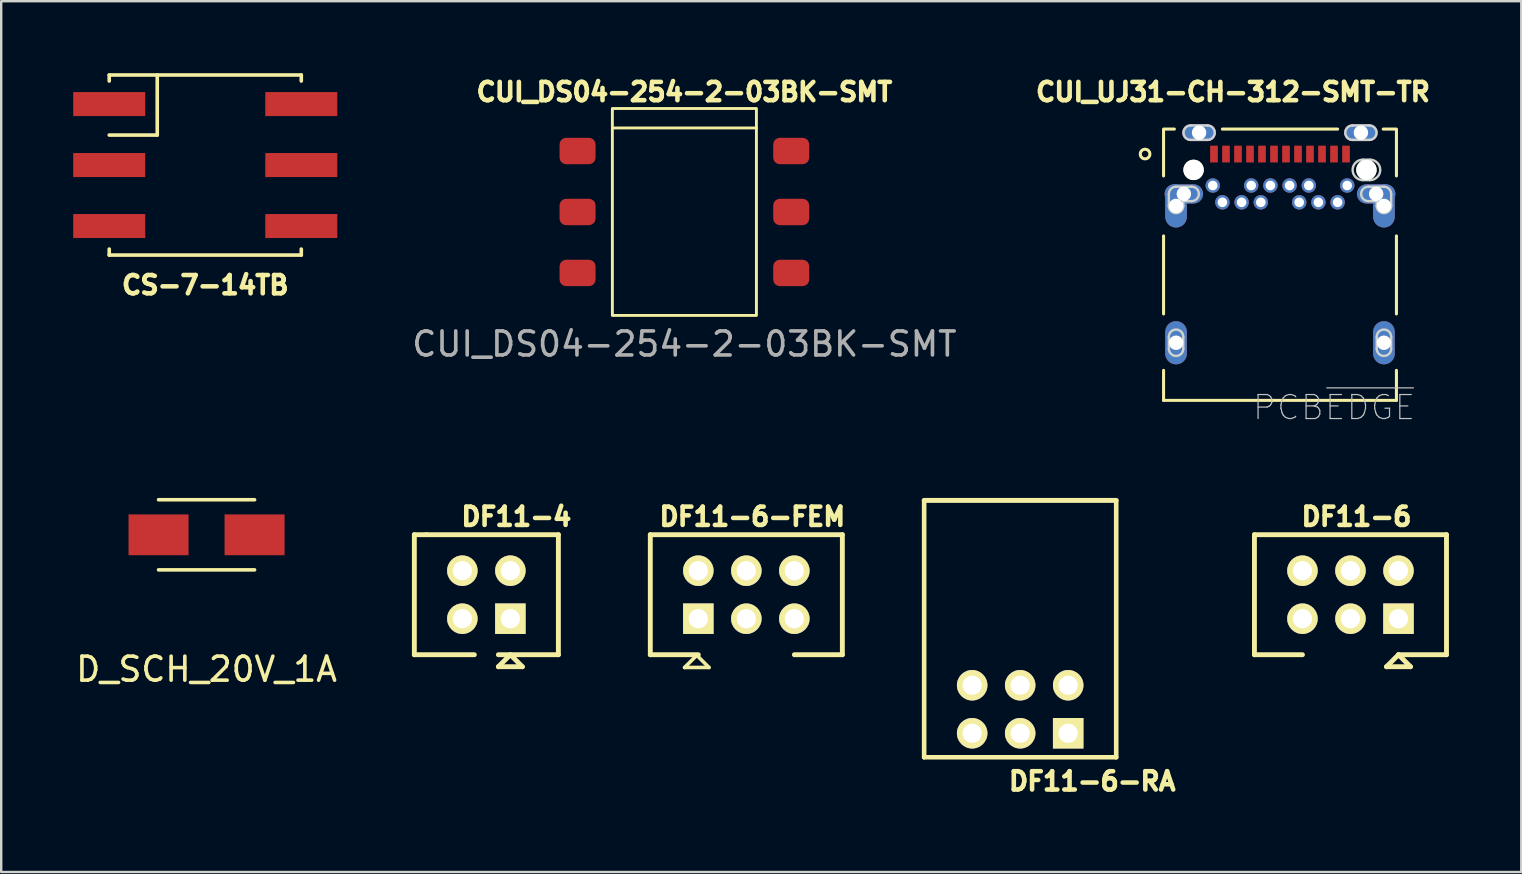
<source format=kicad_pcb>
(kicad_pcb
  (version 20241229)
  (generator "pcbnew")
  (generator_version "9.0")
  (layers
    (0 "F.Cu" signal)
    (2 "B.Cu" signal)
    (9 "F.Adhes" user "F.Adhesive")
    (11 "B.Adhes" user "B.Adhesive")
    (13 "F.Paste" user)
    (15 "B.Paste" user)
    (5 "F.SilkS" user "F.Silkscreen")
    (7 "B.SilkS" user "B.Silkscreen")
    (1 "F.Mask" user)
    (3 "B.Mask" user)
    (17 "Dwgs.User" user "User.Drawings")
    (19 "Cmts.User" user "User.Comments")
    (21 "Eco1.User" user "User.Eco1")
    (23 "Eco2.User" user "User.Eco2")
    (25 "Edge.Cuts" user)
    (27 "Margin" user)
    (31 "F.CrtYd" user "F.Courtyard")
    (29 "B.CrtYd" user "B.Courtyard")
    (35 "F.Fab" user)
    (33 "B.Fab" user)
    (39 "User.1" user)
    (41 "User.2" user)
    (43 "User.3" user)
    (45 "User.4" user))
  (footprint "D_SCH_20V_1A"
    (layer "F.Cu")
    (at 5.554 19.227)
    (property "Reference" "D_SCH_20V_1A" (at 0 5.6 0) (layer "F.SilkS") (effects (font (size 1 1) (thickness 0.15))))
    (attr through_hole)
    (fp_line (start -2 -1.46) (end 2 -1.46) (stroke (width 0.15) (type solid)) (layer "F.SilkS"))
    (fp_line (start -2 1.46) (end 2 1.46) (stroke (width 0.15) (type solid)) (layer "F.SilkS"))
    (pad "1" smd rect (at -2 0) (size 2.5 1.7) (layers "F.Cu" "F.Mask" "F.Paste"))
    (pad "2" smd rect (at 2 0) (size 2.5 1.7) (layers "F.Cu" "F.Mask" "F.Paste")))
  (footprint "CUI_UJ31-CH-312-SMT-TR"
    (layer "F.Cu")
    (at 50.268 7.977)
    (property "Reference" "CUI_UJ31-CH-312-SMT-TR" (at -1.959 -7.197 0) (layer "F.SilkS") (effects (font (size 0.762 0.762) (thickness 0.191))))
    (attr through_hole)
    (fp_poly (pts (xy 6.2 0.135) (xy 6.5 0.135) (xy 6.527 0.135) (xy 6.582 0.141) (xy 6.636 0.152) (xy 6.688 0.169) (xy 6.739 0.192) (xy 6.786 0.219) (xy 6.831 0.251) (xy 6.872 0.288) (xy 6.909 0.329) (xy 6.941 0.374) (xy 6.968 0.421) (xy 6.991 0.472) (xy 7.008 0.524) (xy 7.019 0.578) (xy 7.025 0.632) (xy 7.025 0.687) (xy 7.019 0.742) (xy 7.008 0.796) (xy 6.991 0.848) (xy 6.968 0.899) (xy 6.941 0.946) (xy 6.909 0.991) (xy 6.872 1.032) (xy 6.831 1.069) (xy 6.786 1.101) (xy 6.739 1.128) (xy 6.688 1.151) (xy 6.636 1.168) (xy 6.582 1.179) (xy 6.528 1.185) (xy 6.5 1.185) (xy 6.2 1.185) (xy 6.173 1.185) (xy 6.118 1.179) (xy 6.064 1.168) (xy 6.012 1.151) (xy 5.961 1.128) (xy 5.914 1.101) (xy 5.869 1.069) (xy 5.828 1.032) (xy 5.791 0.991) (xy 5.759 0.946) (xy 5.732 0.899) (xy 5.709 0.848) (xy 5.692 0.796) (xy 5.681 0.742) (xy 5.675 0.688) (xy 5.675 0.633) (xy 5.681 0.578) (xy 5.692 0.524) (xy 5.709 0.472) (xy 5.732 0.421) (xy 5.759 0.374) (xy 5.791 0.329) (xy 5.828 0.288) (xy 5.869 0.251) (xy 5.914 0.219) (xy 5.961 0.192) (xy 6.012 0.169) (xy 6.064 0.152) (xy 6.118 0.141) (xy 6.172 0.135)) (stroke (width 0.05) (type solid)) (fill yes) (layer "F.Mask"))
    (fp_poly (pts (xy 6.2 0.135) (xy 6.5 0.135) (xy 6.527 0.135) (xy 6.582 0.141) (xy 6.636 0.152) (xy 6.688 0.169) (xy 6.739 0.192) (xy 6.786 0.219) (xy 6.831 0.251) (xy 6.872 0.288) (xy 6.909 0.329) (xy 6.941 0.374) (xy 6.968 0.421) (xy 6.991 0.472) (xy 7.008 0.524) (xy 7.019 0.578) (xy 7.025 0.632) (xy 7.025 0.687) (xy 7.019 0.742) (xy 7.008 0.796) (xy 6.991 0.848) (xy 6.968 0.899) (xy 6.941 0.946) (xy 6.909 0.991) (xy 6.872 1.032) (xy 6.831 1.069) (xy 6.786 1.101) (xy 6.739 1.128) (xy 6.688 1.151) (xy 6.636 1.168) (xy 6.582 1.179) (xy 6.528 1.185) (xy 6.5 1.185) (xy 6.2 1.185) (xy 6.173 1.185) (xy 6.118 1.179) (xy 6.064 1.168) (xy 6.012 1.151) (xy 5.961 1.128) (xy 5.914 1.101) (xy 5.869 1.069) (xy 5.828 1.032) (xy 5.791 0.991) (xy 5.759 0.946) (xy 5.732 0.899) (xy 5.709 0.848) (xy 5.692 0.796) (xy 5.681 0.742) (xy 5.675 0.688) (xy 5.675 0.633) (xy 5.681 0.578) (xy 5.692 0.524) (xy 5.709 0.472) (xy 5.732 0.421) (xy 5.759 0.374) (xy 5.791 0.329) (xy 5.828 0.288) (xy 5.869 0.251) (xy 5.914 0.219) (xy 5.961 0.192) (xy 6.012 0.169) (xy 6.064 0.152) (xy 6.118 0.141) (xy 6.172 0.135)) (stroke (width 0.05) (type solid)) (fill yes) (layer "B.Mask"))
    (fp_line (start -4.85 -5.65) (end -4.85 -3.7) (stroke (width 0.127) (type solid)) (layer "F.SilkS"))
    (fp_line (start -4.85 -1.2) (end -4.85 2.05) (stroke (width 0.127) (type solid)) (layer "F.SilkS"))
    (fp_line (start -4.85 4.4) (end -4.85 5.65) (stroke (width 0.127) (type solid)) (layer "F.SilkS"))
    (fp_line (start -4.85 5.65) (end 4.85 5.65) (stroke (width 0.127) (type solid)) (layer "F.SilkS"))
    (fp_line (start -4.8 -5.65) (end -4.4 -5.65) (stroke (width 0.127) (type solid)) (layer "F.SilkS"))
    (fp_line (start -2.4 -5.65) (end 2.4 -5.65) (stroke (width 0.127) (type solid)) (layer "F.SilkS"))
    (fp_line (start 4.8 -5.65) (end 4.3 -5.65) (stroke (width 0.127) (type solid)) (layer "F.SilkS"))
    (fp_line (start 4.85 -5.65) (end 4.85 -3.7) (stroke (width 0.127) (type solid)) (layer "F.SilkS"))
    (fp_line (start 4.85 2.05) (end 4.85 -1.2) (stroke (width 0.127) (type solid)) (layer "F.SilkS"))
    (fp_line (start 4.85 5.65) (end 4.85 4.4) (stroke (width 0.127) (type solid)) (layer "F.SilkS"))
    (fp_circle (center -5.62 -4.61) (end -5.42 -4.61) (stroke (width 0.127) (type solid)) (fill no) (layer "F.SilkS"))
    (fp_line (start -5.12 -6.1) (end 5.12 -6.1) (stroke (width 0.05) (type solid)) (layer "Eco1.User"))
    (fp_line (start -5.12 5.9) (end -5.12 -6.1) (stroke (width 0.05) (type solid)) (layer "Eco1.User"))
    (fp_line (start 5.12 -6.1) (end 5.12 5.9) (stroke (width 0.05) (type solid)) (layer "Eco1.User"))
    (fp_line (start 5.12 5.9) (end -5.12 5.9) (stroke (width 0.05) (type solid)) (layer "Eco1.User"))
    (fp_circle (center -5.5 -5.37) (end -5.44 -5.37) (stroke (width 0.127) (type solid)) (fill no) (layer "Eco2.User"))
    (fp_line (start -4.63 -2.45) (end -4.63 -2.95) (stroke (width 0.1) (type solid)) (layer "Edge.Cuts"))
    (fp_line (start -4.63 3) (end -4.63 3.5) (stroke (width 0.1) (type solid)) (layer "Edge.Cuts"))
    (fp_line (start -4.33 -3.25) (end -3.68 -3.25) (stroke (width 0.1) (type solid)) (layer "Edge.Cuts"))
    (fp_line (start -4.03 -2.65) (end -4.03 -2.45) (stroke (width 0.1) (type solid)) (layer "Edge.Cuts"))
    (fp_line (start -4.03 3) (end -4.03 3.5) (stroke (width 0.1) (type solid)) (layer "Edge.Cuts"))
    (fp_line (start -3.68 -2.65) (end -4.03 -2.65) (stroke (width 0.1) (type solid)) (layer "Edge.Cuts"))
    (fp_line (start -3.02 -5.8) (end -3.72 -5.8) (stroke (width 0.1) (type solid)) (layer "Edge.Cuts"))
    (fp_line (start -3.02 -5.2) (end -3.72 -5.2) (stroke (width 0.1) (type solid)) (layer "Edge.Cuts"))
    (fp_line (start 3.45 -4.375) (end 3.75 -4.375) (stroke (width 0.1) (type solid)) (layer "Edge.Cuts"))
    (fp_line (start 3.45 -3.525) (end 3.75 -3.525) (stroke (width 0.1) (type solid)) (layer "Edge.Cuts"))
    (fp_line (start 3.68 -3.25) (end 4.33 -3.25) (stroke (width 0.1) (type solid)) (layer "Edge.Cuts"))
    (fp_line (start 3.72 -5.8) (end 3.02 -5.8) (stroke (width 0.1) (type solid)) (layer "Edge.Cuts"))
    (fp_line (start 3.72 -5.2) (end 3.02 -5.2) (stroke (width 0.1) (type solid)) (layer "Edge.Cuts"))
    (fp_line (start 4.03 -2.65) (end 3.68 -2.65) (stroke (width 0.1) (type solid)) (layer "Edge.Cuts"))
    (fp_line (start 4.03 -2.65) (end 4.03 -2.45) (stroke (width 0.1) (type solid)) (layer "Edge.Cuts"))
    (fp_line (start 4.03 3) (end 4.03 3.5) (stroke (width 0.1) (type solid)) (layer "Edge.Cuts"))
    (fp_line (start 4.63 -2.45) (end 4.63 -2.95) (stroke (width 0.1) (type solid)) (layer "Edge.Cuts"))
    (fp_line (start 4.63 3) (end 4.63 3.5) (stroke (width 0.1) (type solid)) (layer "Edge.Cuts"))
    (fp_arc (start -4.63 -2.95) (mid -4.542132 -3.162132) (end -4.33 -3.25) (stroke (width 0.1) (type solid)) (layer "Edge.Cuts"))
    (fp_arc (start -4.63 3) (mid -4.33 2.7) (end -4.03 3) (stroke (width 0.1) (type solid)) (layer "Edge.Cuts"))
    (fp_arc (start -4.03 -2.45) (mid -4.33 -2.15) (end -4.63 -2.45) (stroke (width 0.1) (type solid)) (layer "Edge.Cuts"))
    (fp_arc (start -4.03 3.5) (mid -4.33 3.8) (end -4.63 3.5) (stroke (width 0.1) (type solid)) (layer "Edge.Cuts"))
    (fp_arc (start -3.72 -5.2) (mid -4.02 -5.5) (end -3.72 -5.8) (stroke (width 0.1) (type solid)) (layer "Edge.Cuts"))
    (fp_arc (start -3.68 -3.25) (mid -3.38 -2.95) (end -3.68 -2.65) (stroke (width 0.1) (type solid)) (layer "Edge.Cuts"))
    (fp_arc (start -3.02 -5.8) (mid -2.72 -5.5) (end -3.02 -5.2) (stroke (width 0.1) (type solid)) (layer "Edge.Cuts"))
    (fp_arc (start 3.02 -5.2) (mid 2.72 -5.5) (end 3.02 -5.8) (stroke (width 0.1) (type solid)) (layer "Edge.Cuts"))
    (fp_arc (start 3.45 -3.525) (mid 3.025 -3.95) (end 3.45 -4.375) (stroke (width 0.1) (type solid)) (layer "Edge.Cuts"))
    (fp_arc (start 3.68 -2.65) (mid 3.38 -2.95) (end 3.68 -3.25) (stroke (width 0.1) (type solid)) (layer "Edge.Cuts"))
    (fp_arc (start 3.72 -5.8) (mid 4.02 -5.5) (end 3.72 -5.2) (stroke (width 0.1) (type solid)) (layer "Edge.Cuts"))
    (fp_arc (start 3.75 -4.375) (mid 4.175 -3.95) (end 3.75 -3.525) (stroke (width 0.1) (type solid)) (layer "Edge.Cuts"))
    (fp_arc (start 4.03 3) (mid 4.33 2.7) (end 4.63 3) (stroke (width 0.1) (type solid)) (layer "Edge.Cuts"))
    (fp_arc (start 4.33 -3.25) (mid 4.542132 -3.162132) (end 4.63 -2.95) (stroke (width 0.1) (type solid)) (layer "Edge.Cuts"))
    (fp_arc (start 4.63 -2.45) (mid 4.33 -2.15) (end 4.03 -2.45) (stroke (width 0.1) (type solid)) (layer "Edge.Cuts"))
    (fp_arc (start 4.63 3.5) (mid 4.33 3.8) (end 4.03 3.5) (stroke (width 0.1) (type solid)) (layer "Edge.Cuts"))
    (fp_text user "PCB~{EDGE}" (at 2.253 5.946 0) (layer "Dwgs.User") (effects (font (size 1 1) (thickness 0.05))))
    (pad "" np_thru_hole circle (at -3.6 -3.95) (size 0.85 0.85) (drill 0.85) (layers "*.Cu" "*.Mask" "F.SilkS"))
    (pad "" np_thru_hole circle (at 3.6 -3.95) (size 0.85 0.85) (drill 0.85) (layers "*.Cu" "*.Mask" "F.SilkS"))
    (pad "A1" smd rect (at -2.75 -4.61) (size 0.32 0.7) (layers "F.Cu" "F.Mask" "F.Paste"))
    (pad "A2" smd rect (at -2.25 -4.61) (size 0.32 0.7) (layers "F.Cu" "F.Mask" "F.Paste"))
    (pad "A3" smd rect (at -1.75 -4.61) (size 0.32 0.7) (layers "F.Cu" "F.Mask" "F.Paste"))
    (pad "A4" smd rect (at -1.25 -4.61) (size 0.32 0.7) (layers "F.Cu" "F.Mask" "F.Paste"))
    (pad "A5" smd rect (at -0.75 -4.61) (size 0.32 0.7) (layers "F.Cu" "F.Mask" "F.Paste"))
    (pad "A6" smd rect (at -0.25 -4.61) (size 0.32 0.7) (layers "F.Cu" "F.Mask" "F.Paste"))
    (pad "A7" smd rect (at 0.25 -4.61) (size 0.32 0.7) (layers "F.Cu" "F.Mask" "F.Paste"))
    (pad "A8" smd rect (at 0.75 -4.61) (size 0.32 0.7) (layers "F.Cu" "F.Mask" "F.Paste"))
    (pad "A9" smd rect (at 1.25 -4.61) (size 0.32 0.7) (layers "F.Cu" "F.Mask" "F.Paste"))
    (pad "A10" smd rect (at 1.75 -4.61) (size 0.32 0.7) (layers "F.Cu" "F.Mask" "F.Paste"))
    (pad "A11" smd rect (at 2.25 -4.61) (size 0.32 0.7) (layers "F.Cu" "F.Mask" "F.Paste"))
    (pad "A12" smd rect (at 2.75 -4.61) (size 0.32 0.7) (layers "F.Cu" "F.Mask" "F.Paste"))
    (pad "B1" thru_hole circle (at 2.8 -3.3) (size 0.6 0.6) (drill 0.4) (layers "*.Cu" "*.Mask"))
    (pad "B2" thru_hole circle (at 2.4 -2.6) (size 0.6 0.6) (drill 0.4) (layers "*.Cu" "*.Mask"))
    (pad "B3" thru_hole circle (at 1.6 -2.6) (size 0.6 0.6) (drill 0.4) (layers "*.Cu" "*.Mask"))
    (pad "B4" thru_hole circle (at 1.2 -3.3) (size 0.6 0.6) (drill 0.4) (layers "*.Cu" "*.Mask"))
    (pad "B5" thru_hole circle (at 0.8 -2.6) (size 0.6 0.6) (drill 0.4) (layers "*.Cu" "*.Mask"))
    (pad "B6" thru_hole circle (at 0.4 -3.3) (size 0.6 0.6) (drill 0.4) (layers "*.Cu" "*.Mask"))
    (pad "B7" thru_hole circle (at -0.4 -3.3) (size 0.6 0.6) (drill 0.4) (layers "*.Cu" "*.Mask"))
    (pad "B8" thru_hole circle (at -0.8 -2.6) (size 0.6 0.6) (drill 0.4) (layers "*.Cu" "*.Mask"))
    (pad "B9" thru_hole circle (at -1.2 -3.3) (size 0.6 0.6) (drill 0.4) (layers "*.Cu" "*.Mask"))
    (pad "B10" thru_hole circle (at -1.6 -2.6) (size 0.6 0.6) (drill 0.4) (layers "*.Cu" "*.Mask"))
    (pad "B11" thru_hole circle (at -2.4 -2.6) (size 0.6 0.6) (drill 0.4) (layers "*.Cu" "*.Mask"))
    (pad "B12" thru_hole circle (at -2.8 -3.3) (size 0.6 0.6) (drill 0.4) (layers "*.Cu" "*.Mask"))
    (pad "SH1" thru_hole oval (at -3.37 -5.5) (size 1.4 0.7) (drill 0.6) (layers "*.Cu" "*.Mask"))
    (pad "SH2" thru_hole oval (at 3.37 -5.5) (size 1.4 0.7) (drill 0.6) (layers "*.Cu" "*.Mask"))
    (pad "SH3" thru_hole oval (at -4.005 -2.95 180) (size 1.6 0.8) (drill 0.6) (layers "*.Cu" "*.Mask"))
    (pad "SH4" thru_hole oval (at 4.005 -2.95 180) (size 1.6 0.8) (drill 0.6) (layers "*.Cu" "*.Mask"))
    (pad "SH5" thru_hole oval (at -4.33 -2.45 90) (size 1.8 0.9) (drill 0.6) (layers "*.Cu" "*.Mask"))
    (pad "SH6" thru_hole oval (at 4.33 -2.45 90) (size 1.8 0.9) (drill 0.6) (layers "*.Cu" "*.Mask"))
    (pad "SH7" thru_hole oval (at -4.33 3.25 90) (size 1.8 0.9) (drill 0.6) (layers "*.Cu" "*.Mask"))
    (pad "SH8" thru_hole oval (at 4.33 3.25 90) (size 1.8 0.9) (drill 0.6) (layers "*.Cu" "*.Mask")))
  (footprint "CS-7-14TB"
    (layer "F.Cu")
    (at 5.5 3.825)
    (property "Reference" "CS-7-14TB" (at 0 5 0) (layer "F.SilkS") (effects (font (size 0.762 0.762) (thickness 0.191))))
    (attr through_hole)
    (fp_line (start -4 -3.75) (end 4 -3.75) (stroke (width 0.15) (type solid)) (layer "F.SilkS"))
    (fp_line (start -4 -3.5) (end -4 -3.75) (stroke (width 0.15) (type solid)) (layer "F.SilkS"))
    (fp_line (start -4 -1.25) (end -2 -1.25) (stroke (width 0.15) (type solid)) (layer "F.SilkS"))
    (fp_line (start -4 3.75) (end -4 3.5) (stroke (width 0.15) (type solid)) (layer "F.SilkS"))
    (fp_line (start -2 -1.25) (end -2 -3.75) (stroke (width 0.15) (type solid)) (layer "F.SilkS"))
    (fp_line (start 4 -3.75) (end 4 -3.5) (stroke (width 0.15) (type solid)) (layer "F.SilkS"))
    (fp_line (start 4 3.5) (end 4 3.75) (stroke (width 0.15) (type solid)) (layer "F.SilkS"))
    (fp_line (start 4 3.75) (end -4 3.75) (stroke (width 0.15) (type solid)) (layer "F.SilkS"))
    (pad "1" smd rect (at -4 -2.54) (size 3 1) (layers "F.Cu" "F.Mask" "F.Paste"))
    (pad "2" smd rect (at -4 0) (size 3 1) (layers "F.Cu" "F.Mask" "F.Paste"))
    (pad "3" smd rect (at -4 2.54) (size 3 1) (layers "F.Cu" "F.Mask" "F.Paste"))
    (pad "4" smd rect (at 4 2.54) (size 3 1) (layers "F.Cu" "F.Mask" "F.Paste"))
    (pad "5" smd rect (at 4 0) (size 3 1) (layers "F.Cu" "F.Mask" "F.Paste"))
    (pad "6" smd rect (at 4 -2.54) (size 3 1) (layers "F.Cu" "F.Mask" "F.Paste")))
  (footprint "DF11-6-FEM"
    (layer "F.Cu")
    (at 30.038 22.722)
    (property "Reference" "DF11-6-FEM" (at -1.75 -4.25 0) (layer "F.SilkS") (effects (font (size 0.762 0.762) (thickness 0.191))))
    (attr through_hole)
    (fp_line (start -6 -3.5) (end 2 -3.5) (stroke (width 0.203) (type solid)) (layer "F.SilkS"))
    (fp_line (start -6 1.5) (end -6 -3.5) (stroke (width 0.203) (type solid)) (layer "F.SilkS"))
    (fp_line (start -6 1.5) (end -4 1.5) (stroke (width 0.203) (type solid)) (layer "F.SilkS"))
    (fp_line (start -4.572 2.032) (end -3.556 2.032) (stroke (width 0.15) (type solid)) (layer "F.SilkS"))
    (fp_line (start -4.064 1.524) (end -4.572 2.032) (stroke (width 0.15) (type solid)) (layer "F.SilkS"))
    (fp_line (start -3.556 2.032) (end -4.064 1.524) (stroke (width 0.15) (type solid)) (layer "F.SilkS"))
    (fp_line (start 2 -3.5) (end 2 1.5) (stroke (width 0.203) (type solid)) (layer "F.SilkS"))
    (fp_line (start 2 1.5) (end 0 1.5) (stroke (width 0.203) (type solid)) (layer "F.SilkS"))
    (pad "1" thru_hole rect (at -4 0) (size 1.27 1.27) (drill 0.8) (layers "*.Cu" "*.Mask" "F.SilkS"))
    (pad "2" thru_hole circle (at -4 -2) (size 1.27 1.27) (drill 0.8) (layers "*.Cu" "*.Mask" "F.SilkS"))
    (pad "3" thru_hole circle (at -2 0) (size 1.27 1.27) (drill 0.8) (layers "*.Cu" "*.Mask" "F.SilkS"))
    (pad "4" thru_hole circle (at -2 -2) (size 1.27 1.27) (drill 0.8) (layers "*.Cu" "*.Mask" "F.SilkS"))
    (pad "5" thru_hole circle (at 0 0) (size 1.27 1.27) (drill 0.8) (layers "*.Cu" "*.Mask" "F.SilkS"))
    (pad "6" thru_hole circle (at 0 -2) (size 1.27 1.27) (drill 0.8) (layers "*.Cu" "*.Mask" "F.SilkS")))
  (footprint "DF11-6-RA"
    (layer "F.Cu")
    (at 39.445 27.494)
    (property "Reference" "DF11-6-RA" (at 3 2 0) (layer "F.SilkS") (effects (font (size 0.762 0.762) (thickness 0.191))))
    (attr through_hole)
    (fp_line (start -4 -9.7) (end 4 -9.7) (stroke (width 0.203) (type solid)) (layer "F.SilkS"))
    (fp_line (start -4 1) (end -4 -9.7) (stroke (width 0.191) (type solid)) (layer "F.SilkS"))
    (fp_line (start 4 1) (end -4 1) (stroke (width 0.191) (type solid)) (layer "F.SilkS"))
    (fp_line (start 4 1) (end 4 -9.7) (stroke (width 0.191) (type solid)) (layer "F.SilkS"))
    (pad "1" thru_hole rect (at 2 0) (size 1.27 1.27) (drill 0.8) (layers "*.Cu" "*.Mask" "F.SilkS"))
    (pad "2" thru_hole circle (at 2 -2) (size 1.27 1.27) (drill 0.8) (layers "*.Cu" "*.Mask" "F.SilkS"))
    (pad "3" thru_hole circle (at 0 0) (size 1.27 1.27) (drill 0.8) (layers "*.Cu" "*.Mask" "F.SilkS"))
    (pad "4" thru_hole circle (at 0 -2) (size 1.27 1.27) (drill 0.8) (layers "*.Cu" "*.Mask" "F.SilkS"))
    (pad "5" thru_hole circle (at -2 0) (size 1.27 1.27) (drill 0.8) (layers "*.Cu" "*.Mask" "F.SilkS"))
    (pad "6" thru_hole circle (at -2 -2) (size 1.27 1.27) (drill 0.8) (layers "*.Cu" "*.Mask" "F.SilkS")))
  (footprint "DF11-4"
    (layer "F.Cu")
    (at 18.209 22.722)
    (property "Reference" "DF11-4" (at 0.25 -4.25 0) (layer "F.SilkS") (effects (font (size 0.762 0.762) (thickness 0.191))))
    (attr through_hole)
    (fp_line (start -4 -3.5) (end -4 1.5) (stroke (width 0.203) (type solid)) (layer "F.SilkS"))
    (fp_line (start -4 1.5) (end -1.5 1.5) (stroke (width 0.203) (type solid)) (layer "F.SilkS"))
    (fp_line (start -3.5 -3.5) (end -4 -3.5) (stroke (width 0.203) (type solid)) (layer "F.SilkS"))
    (fp_line (start -0.5 2) (end 0.5 2) (stroke (width 0.203) (type solid)) (layer "F.SilkS"))
    (fp_line (start 0 1.5) (end -0.5 2) (stroke (width 0.203) (type solid)) (layer "F.SilkS"))
    (fp_line (start 0.5 2) (end 0 1.5) (stroke (width 0.203) (type solid)) (layer "F.SilkS"))
    (fp_line (start 2 -3.5) (end -3.5 -3.5) (stroke (width 0.203) (type solid)) (layer "F.SilkS"))
    (fp_line (start 2 -3.5) (end 2 1.5) (stroke (width 0.203) (type solid)) (layer "F.SilkS"))
    (fp_line (start 2 1.5) (end -0.5 1.5) (stroke (width 0.203) (type solid)) (layer "F.SilkS"))
    (pad "1" thru_hole rect (at 0 0) (size 1.27 1.27) (drill 0.8) (layers "*.Cu" "*.Mask" "F.SilkS"))
    (pad "2" thru_hole circle (at 0 -2) (size 1.27 1.27) (drill 0.8) (layers "*.Cu" "*.Mask" "F.SilkS"))
    (pad "3" thru_hole circle (at -2 0) (size 1.27 1.27) (drill 0.8) (layers "*.Cu" "*.Mask" "F.SilkS"))
    (pad "4" thru_hole circle (at -2 -2) (size 1.27 1.27) (drill 0.8) (layers "*.Cu" "*.Mask" "F.SilkS")))
  (footprint "CUI_DS04-254-2-03BK-SMT"
    (layer "F.Cu")
    (at 25.458 5.78)
    (property "Reference" "CUI_DS04-254-2-03BK-SMT" (at 0 -5 0) (unlocked yes) (layer "F.SilkS") (effects (font (size 0.762 0.762) (thickness 0.191))))
    (attr smd)
    (fp_line (start -3 -3.5) (end 3 -3.5) (stroke (width 0.12) (type solid)) (layer "F.SilkS"))
    (fp_rect (start -3 -4.31) (end 3 4.31) (stroke (width 0.12) (type solid)) (fill no) (layer "F.SilkS"))
    (fp_text user "${REFERENCE}" (at 0 5.5 0) (unlocked yes) (layer "F.Fab") (effects (font (size 1 1) (thickness 0.15))))
    (pad "1" smd roundrect (at -4.45 -2.54) (size 1.5 1.1) (layers "F.Cu" "F.Mask" "F.Paste") (roundrect_rratio 0.25))
    (pad "2" smd roundrect (at 4.45 -2.54) (size 1.5 1.1) (layers "F.Cu" "F.Mask" "F.Paste") (roundrect_rratio 0.25))
    (pad "3" smd roundrect (at -4.45 0) (size 1.5 1.1) (layers "F.Cu" "F.Mask" "F.Paste") (roundrect_rratio 0.25))
    (pad "4" smd roundrect (at 4.45 0) (size 1.5 1.1) (layers "F.Cu" "F.Mask" "F.Paste") (roundrect_rratio 0.25))
    (pad "5" smd roundrect (at -4.45 2.54) (size 1.5 1.1) (layers "F.Cu" "F.Mask" "F.Paste") (roundrect_rratio 0.25))
    (pad "6" smd roundrect (at 4.45 2.54) (size 1.5 1.1) (layers "F.Cu" "F.Mask" "F.Paste") (roundrect_rratio 0.25)))
  (footprint "DF11-6"
    (layer "F.Cu")
    (at 55.203 22.722)
    (property "Reference" "DF11-6" (at -1.75 -4.25 0) (layer "F.SilkS") (effects (font (size 0.762 0.762) (thickness 0.191))))
    (attr through_hole)
    (fp_line (start -6 -3.5) (end 2 -3.5) (stroke (width 0.203) (type solid)) (layer "F.SilkS"))
    (fp_line (start -6 1.5) (end -6 -3.5) (stroke (width 0.203) (type solid)) (layer "F.SilkS"))
    (fp_line (start -6 1.5) (end -4 1.5) (stroke (width 0.203) (type solid)) (layer "F.SilkS"))
    (fp_line (start -0.5 2) (end 0.5 2) (stroke (width 0.203) (type solid)) (layer "F.SilkS"))
    (fp_line (start 0 1.5) (end -0.5 2) (stroke (width 0.203) (type solid)) (layer "F.SilkS"))
    (fp_line (start 0.5 2) (end 0 1.5) (stroke (width 0.203) (type solid)) (layer "F.SilkS"))
    (fp_line (start 2 -3.5) (end 2 1.5) (stroke (width 0.203) (type solid)) (layer "F.SilkS"))
    (fp_line (start 2 1.5) (end 0 1.5) (stroke (width 0.203) (type solid)) (layer "F.SilkS"))
    (pad "1" thru_hole rect (at 0 0) (size 1.27 1.27) (drill 0.8) (layers "*.Cu" "*.Mask" "F.SilkS"))
    (pad "2" thru_hole circle (at 0 -2) (size 1.27 1.27) (drill 0.8) (layers "*.Cu" "*.Mask" "F.SilkS"))
    (pad "3" thru_hole circle (at -2 0) (size 1.27 1.27) (drill 0.8) (layers "*.Cu" "*.Mask" "F.SilkS"))
    (pad "4" thru_hole circle (at -2 -2) (size 1.27 1.27) (drill 0.8) (layers "*.Cu" "*.Mask" "F.SilkS"))
    (pad "5" thru_hole circle (at -4 0) (size 1.27 1.27) (drill 0.8) (layers "*.Cu" "*.Mask" "F.SilkS"))
    (pad "6" thru_hole circle (at -4 -2) (size 1.27 1.27) (drill 0.8) (layers "*.Cu" "*.Mask" "F.SilkS")))
  (gr_rect
    (start -3 -3)
    (end 60.318 33.274)
    (stroke (width 0.1) (type default))
    (fill no)
    (layer "Edge.Cuts")))
</source>
